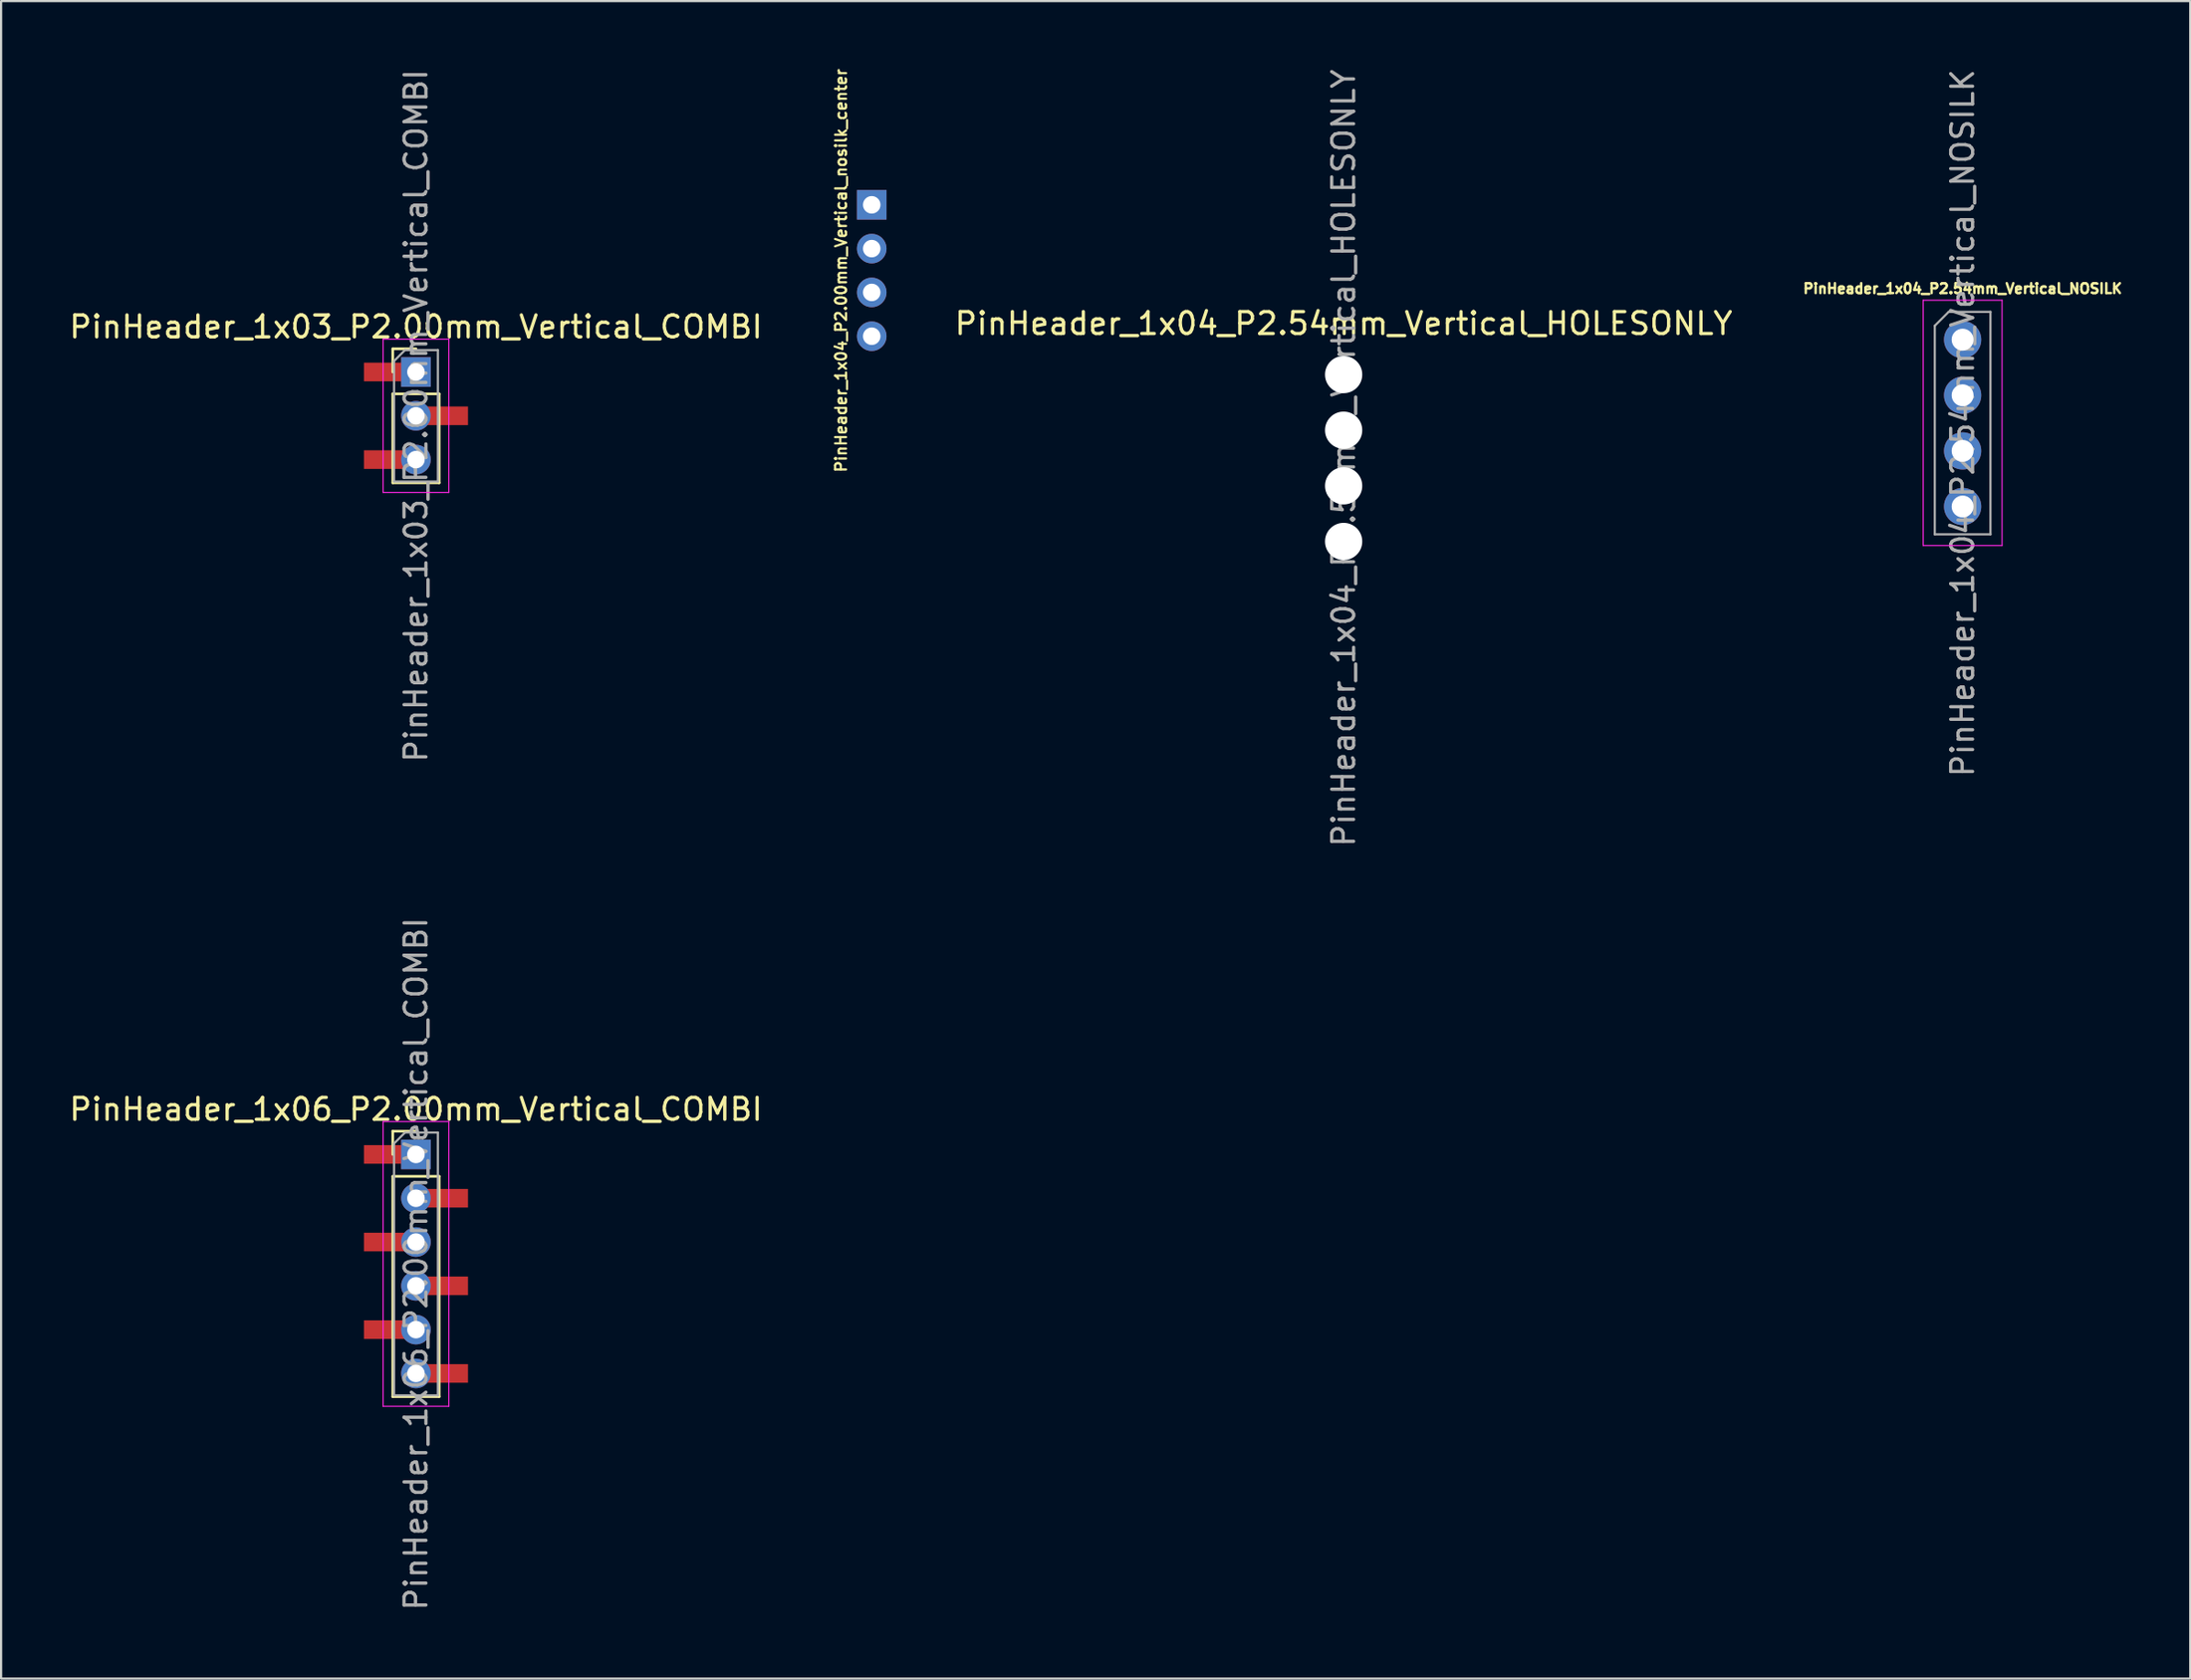
<source format=kicad_pcb>
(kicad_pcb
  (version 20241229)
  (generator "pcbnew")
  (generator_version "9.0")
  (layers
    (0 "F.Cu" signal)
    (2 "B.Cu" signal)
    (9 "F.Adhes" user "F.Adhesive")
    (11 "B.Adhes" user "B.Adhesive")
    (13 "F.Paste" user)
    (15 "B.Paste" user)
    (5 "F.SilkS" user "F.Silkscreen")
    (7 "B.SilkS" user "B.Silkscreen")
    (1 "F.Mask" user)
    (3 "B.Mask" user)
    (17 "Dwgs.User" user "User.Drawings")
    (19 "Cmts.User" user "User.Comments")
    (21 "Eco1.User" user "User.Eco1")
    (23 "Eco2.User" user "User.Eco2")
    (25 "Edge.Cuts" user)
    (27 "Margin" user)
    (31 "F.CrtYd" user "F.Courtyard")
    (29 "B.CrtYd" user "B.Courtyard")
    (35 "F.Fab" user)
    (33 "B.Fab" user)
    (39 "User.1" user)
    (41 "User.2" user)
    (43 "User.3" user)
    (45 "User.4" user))
  (footprint "PinHeader_1x04_P2.54mm_Vertical_HOLESONLY"
    (layer "F.Cu")
    (at 58.275 14.053)
    (property "Reference" "PinHeader_1x04_P2.54mm_Vertical_HOLESONLY" (at 0 -2.33 0) (layer "F.SilkS") (effects (font (size 1 1) (thickness 0.15))))
    (attr through_hole)
    (fp_text user "${REFERENCE}" (at 0 3.81 90) (layer "F.Fab") (effects (font (size 1 1) (thickness 0.15))))
    (pad "" np_thru_hole circle (at 0 0) (size 1.7 1.7) (drill 1.7) (layers "*.Cu" "*.Mask"))
    (pad "" np_thru_hole oval (at 0 2.54) (size 1.7 1.7) (drill 1.7) (layers "*.Cu" "*.Mask"))
    (pad "" np_thru_hole circle (at 0 5.08) (size 1.7 1.7) (drill 1.7) (layers "*.Cu" "*.Mask"))
    (pad "" np_thru_hole oval (at 0 7.62) (size 1.7 1.7) (drill 1.7) (layers "*.Cu" "*.Mask")))
  (footprint "PinHeader_1x04_P2.54mm_Vertical_NOSILK"
    (layer "F.Cu")
    (at 86.526 12.458)
    (property "Reference" "PinHeader_1x04_P2.54mm_Vertical_NOSILK" (at 0 -2.33 0) (layer "F.SilkS") (effects (font (size 0.45 0.45) (thickness 0.113))))
    (attr through_hole)
    (fp_line (start -1.8 -1.8) (end -1.8 9.4) (stroke (width 0.05) (type solid)) (layer "F.CrtYd"))
    (fp_line (start -1.8 9.4) (end 1.8 9.4) (stroke (width 0.05) (type solid)) (layer "F.CrtYd"))
    (fp_line (start 1.8 -1.8) (end -1.8 -1.8) (stroke (width 0.05) (type solid)) (layer "F.CrtYd"))
    (fp_line (start 1.8 9.4) (end 1.8 -1.8) (stroke (width 0.05) (type solid)) (layer "F.CrtYd"))
    (fp_line (start -1.27 -0.635) (end -0.635 -1.27) (stroke (width 0.1) (type solid)) (layer "F.Fab"))
    (fp_line (start -1.27 8.89) (end -1.27 -0.635) (stroke (width 0.1) (type solid)) (layer "F.Fab"))
    (fp_line (start -0.635 -1.27) (end 1.27 -1.27) (stroke (width 0.1) (type solid)) (layer "F.Fab"))
    (fp_line (start 1.27 -1.27) (end 1.27 8.89) (stroke (width 0.1) (type solid)) (layer "F.Fab"))
    (fp_line (start 1.27 8.89) (end -1.27 8.89) (stroke (width 0.1) (type solid)) (layer "F.Fab"))
    (fp_text user "${REFERENCE}" (at 0 3.81 90) (layer "F.Fab") (effects (font (size 1 1) (thickness 0.15))))
    (pad "1" thru_hole circle (at 0 0) (size 1.7 1.7) (drill 1) (layers "*.Cu" "*.Mask"))
    (pad "2" thru_hole oval (at 0 2.54) (size 1.7 1.7) (drill 1) (layers "*.Cu" "*.Mask"))
    (pad "3" thru_hole oval (at 0 5.08) (size 1.7 1.7) (drill 1) (layers "*.Cu" "*.Mask"))
    (pad "4" thru_hole oval (at 0 7.62) (size 1.7 1.7) (drill 1) (layers "*.Cu" "*.Mask")))
  (footprint "PinHeader_1x06_P2.00mm_Vertical_COMBI"
    (layer "F.Cu")
    (at 15.935 49.661)
    (property "Reference" "PinHeader_1x06_P2.00mm_Vertical_COMBI" (at 0 -2.06 0) (layer "F.SilkS") (effects (font (size 1 1) (thickness 0.15))))
    (attr through_hole)
    (fp_line (start -1.06 -1.06) (end 0 -1.06) (stroke (width 0.12) (type solid)) (layer "F.SilkS"))
    (fp_line (start -1.06 0) (end -1.06 -1.06) (stroke (width 0.12) (type solid)) (layer "F.SilkS"))
    (fp_line (start -1.06 1) (end -1.06 11.06) (stroke (width 0.12) (type solid)) (layer "F.SilkS"))
    (fp_line (start -1.06 1) (end 1.06 1) (stroke (width 0.12) (type solid)) (layer "F.SilkS"))
    (fp_line (start -1.06 11.06) (end 1.06 11.06) (stroke (width 0.12) (type solid)) (layer "F.SilkS"))
    (fp_line (start 1.06 1) (end 1.06 11.06) (stroke (width 0.12) (type solid)) (layer "F.SilkS"))
    (fp_line (start -1.5 -1.5) (end -1.5 11.5) (stroke (width 0.05) (type solid)) (layer "F.CrtYd"))
    (fp_line (start -1.5 11.5) (end 1.5 11.5) (stroke (width 0.05) (type solid)) (layer "F.CrtYd"))
    (fp_line (start 1.5 -1.5) (end -1.5 -1.5) (stroke (width 0.05) (type solid)) (layer "F.CrtYd"))
    (fp_line (start 1.5 11.5) (end 1.5 -1.5) (stroke (width 0.05) (type solid)) (layer "F.CrtYd"))
    (fp_line (start -1 -0.5) (end -0.5 -1) (stroke (width 0.1) (type solid)) (layer "F.Fab"))
    (fp_line (start -1 11) (end -1 -0.5) (stroke (width 0.1) (type solid)) (layer "F.Fab"))
    (fp_line (start -0.5 -1) (end 1 -1) (stroke (width 0.1) (type solid)) (layer "F.Fab"))
    (fp_line (start 1 -1) (end 1 11) (stroke (width 0.1) (type solid)) (layer "F.Fab"))
    (fp_line (start 1 11) (end -1 11) (stroke (width 0.1) (type solid)) (layer "F.Fab"))
    (fp_text user "${REFERENCE}" (at 0 5 90) (layer "F.Fab") (effects (font (size 1 1) (thickness 0.15))))
    (pad "1" smd rect (at -1.2 0) (size 2.35 0.85) (layers "F.Cu" "F.Mask" "F.Paste"))
    (pad "1" thru_hole rect (at 0 0) (size 1.35 1.35) (drill 0.8) (layers "*.Cu" "*.Mask"))
    (pad "2" thru_hole oval (at 0 2) (size 1.35 1.35) (drill 0.8) (layers "*.Cu" "*.Mask"))
    (pad "2" smd rect (at 1.2 2) (size 2.35 0.85) (layers "F.Cu" "F.Mask" "F.Paste"))
    (pad "3" smd rect (at -1.2 4) (size 2.35 0.85) (layers "F.Cu" "F.Mask" "F.Paste"))
    (pad "3" thru_hole oval (at 0 4) (size 1.35 1.35) (drill 0.8) (layers "*.Cu" "*.Mask"))
    (pad "4" thru_hole oval (at 0 6) (size 1.35 1.35) (drill 0.8) (layers "*.Cu" "*.Mask"))
    (pad "4" smd rect (at 1.2 6) (size 2.35 0.85) (layers "F.Cu" "F.Mask" "F.Paste"))
    (pad "5" smd rect (at -1.2 8) (size 2.35 0.85) (layers "F.Cu" "F.Mask" "F.Paste"))
    (pad "5" thru_hole oval (at 0 8) (size 1.35 1.35) (drill 0.8) (layers "*.Cu" "*.Mask"))
    (pad "6" thru_hole oval (at 0 10) (size 1.35 1.35) (drill 0.8) (layers "*.Cu" "*.Mask"))
    (pad "6" smd rect (at 1.2 10) (size 2.35 0.85) (layers "F.Cu" "F.Mask" "F.Paste")))
  (footprint "PinHeader_1x04_P2.00mm_Vertical_nosilk_center"
    (layer "F.Cu")
    (at 36.737 9.302)
    (property "Reference" "PinHeader_1x04_P2.00mm_Vertical_nosilk_center" (at -1.4 0 270) (layer "F.SilkS") (effects (font (size 0.5 0.5) (thickness 0.1))))
    (attr through_hole)
    (pad "1" thru_hole rect (at 0 -3) (size 1.35 1.35) (drill 0.8) (layers "*.Cu" "*.Mask"))
    (pad "2" thru_hole oval (at 0 -1) (size 1.35 1.35) (drill 0.8) (layers "*.Cu" "*.Mask"))
    (pad "3" thru_hole oval (at 0 1) (size 1.35 1.35) (drill 0.8) (layers "*.Cu" "*.Mask"))
    (pad "4" thru_hole oval (at 0 3) (size 1.35 1.35) (drill 0.8) (layers "*.Cu" "*.Mask")))
  (footprint "PinHeader_1x03_P2.00mm_Vertical_COMBI"
    (layer "F.Cu")
    (at 15.935 13.935)
    (property "Reference" "PinHeader_1x03_P2.00mm_Vertical_COMBI" (at 0 -2.06 0) (layer "F.SilkS") (effects (font (size 1 1) (thickness 0.15))))
    (attr through_hole)
    (fp_line (start -1.06 -1.06) (end 0 -1.06) (stroke (width 0.12) (type solid)) (layer "F.SilkS"))
    (fp_line (start -1.06 0) (end -1.06 -1.06) (stroke (width 0.12) (type solid)) (layer "F.SilkS"))
    (fp_line (start -1.06 1) (end -1.06 5.06) (stroke (width 0.12) (type solid)) (layer "F.SilkS"))
    (fp_line (start -1.06 1) (end 1.06 1) (stroke (width 0.12) (type solid)) (layer "F.SilkS"))
    (fp_line (start -1.06 5.06) (end 1.06 5.06) (stroke (width 0.12) (type solid)) (layer "F.SilkS"))
    (fp_line (start 1.06 1) (end 1.06 5.06) (stroke (width 0.12) (type solid)) (layer "F.SilkS"))
    (fp_line (start -1.5 -1.5) (end -1.5 5.5) (stroke (width 0.05) (type solid)) (layer "F.CrtYd"))
    (fp_line (start -1.5 5.5) (end 1.5 5.5) (stroke (width 0.05) (type solid)) (layer "F.CrtYd"))
    (fp_line (start 1.5 -1.5) (end -1.5 -1.5) (stroke (width 0.05) (type solid)) (layer "F.CrtYd"))
    (fp_line (start 1.5 5.5) (end 1.5 -1.5) (stroke (width 0.05) (type solid)) (layer "F.CrtYd"))
    (fp_line (start -1 -0.5) (end -0.5 -1) (stroke (width 0.1) (type solid)) (layer "F.Fab"))
    (fp_line (start -1 5) (end -1 -0.5) (stroke (width 0.1) (type solid)) (layer "F.Fab"))
    (fp_line (start -0.5 -1) (end 1 -1) (stroke (width 0.1) (type solid)) (layer "F.Fab"))
    (fp_line (start 1 -1) (end 1 5) (stroke (width 0.1) (type solid)) (layer "F.Fab"))
    (fp_line (start 1 5) (end -1 5) (stroke (width 0.1) (type solid)) (layer "F.Fab"))
    (fp_text user "${REFERENCE}" (at 0 2 90) (layer "F.Fab") (effects (font (size 1 1) (thickness 0.15))))
    (pad "1" smd rect (at -1.2 0) (size 2.35 0.85) (layers "F.Cu" "F.Mask" "F.Paste"))
    (pad "1" thru_hole rect (at 0 0) (size 1.35 1.35) (drill 0.8) (layers "*.Cu" "*.Mask"))
    (pad "2" thru_hole oval (at 0 2) (size 1.35 1.35) (drill 0.8) (layers "*.Cu" "*.Mask"))
    (pad "2" smd rect (at 1.2 2) (size 2.35 0.85) (layers "F.Cu" "F.Mask" "F.Paste"))
    (pad "3" smd rect (at -1.2 4) (size 2.35 0.85) (layers "F.Cu" "F.Mask" "F.Paste"))
    (pad "3" thru_hole oval (at 0 4) (size 1.35 1.35) (drill 0.8) (layers "*.Cu" "*.Mask")))
  (gr_rect
    (start -3 -3)
    (end 96.914 73.595)
    (stroke (width 0.1) (type default))
    (fill no)
    (layer "Edge.Cuts")))
</source>
